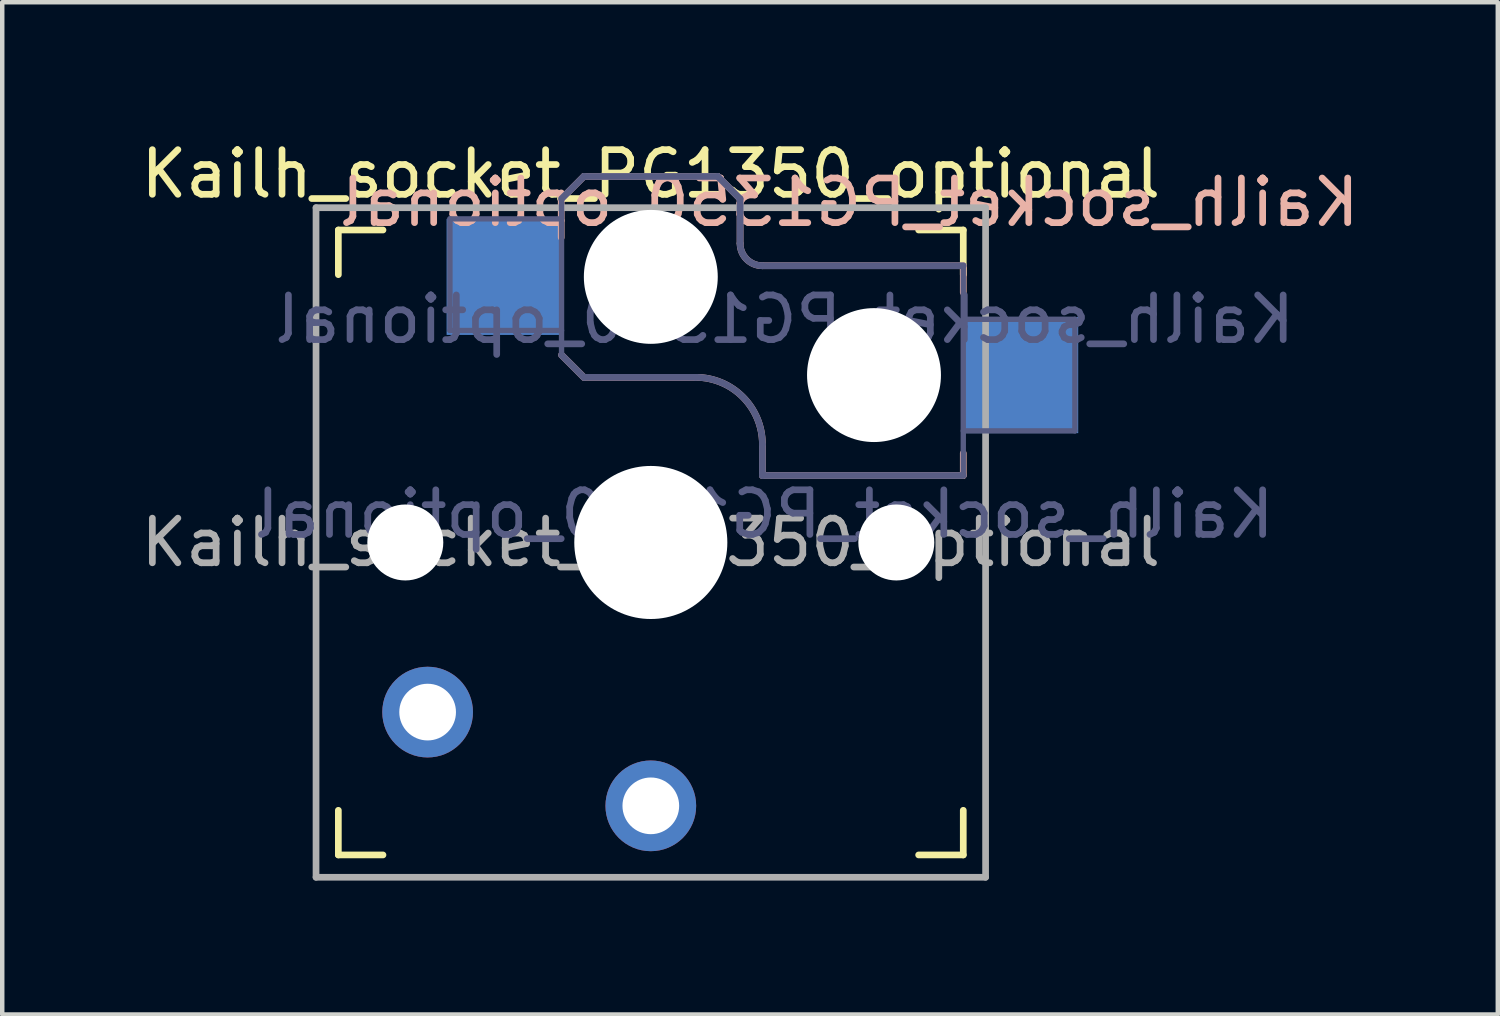
<source format=kicad_pcb>
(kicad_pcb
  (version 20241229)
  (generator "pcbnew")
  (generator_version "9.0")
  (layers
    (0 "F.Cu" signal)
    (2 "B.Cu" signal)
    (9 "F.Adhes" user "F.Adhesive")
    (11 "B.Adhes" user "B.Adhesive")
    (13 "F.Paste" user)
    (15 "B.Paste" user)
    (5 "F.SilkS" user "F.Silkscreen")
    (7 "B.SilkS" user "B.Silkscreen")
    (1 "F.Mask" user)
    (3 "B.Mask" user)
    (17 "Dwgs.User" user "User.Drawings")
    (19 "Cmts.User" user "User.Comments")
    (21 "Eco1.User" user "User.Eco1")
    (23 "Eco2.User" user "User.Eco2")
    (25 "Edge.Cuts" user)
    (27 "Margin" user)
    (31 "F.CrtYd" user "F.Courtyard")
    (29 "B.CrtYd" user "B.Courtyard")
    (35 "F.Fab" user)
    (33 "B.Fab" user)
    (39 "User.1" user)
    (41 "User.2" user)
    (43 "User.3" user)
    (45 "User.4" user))
  (footprint "Kailh_socket_PG1350_optional"
    (layer "F.Cu")
    (at 11.53 9.103)
    (property "Reference" "Kailh_socket_PG1350_optional" (at 0 -8.255 0) (layer "F.SilkS") (effects (font (size 1 1) (thickness 0.15))))
    (property "Value" "Kailh_socket_PG1350_optional" (at 0 8.25 0) (layer "F.Fab") (hide yes) (effects (font (size 1 1) (thickness 0.15))))
    (attr through_hole)
    (fp_line (start -7 -6) (end -7 -7) (stroke (width 0.15) (type solid)) (layer "F.SilkS"))
    (fp_line (start -7 7) (end -7 6) (stroke (width 0.15) (type solid)) (layer "F.SilkS"))
    (fp_line (start -7 7) (end -6 7) (stroke (width 0.15) (type solid)) (layer "F.SilkS"))
    (fp_line (start -6 -7) (end -7 -7) (stroke (width 0.15) (type solid)) (layer "F.SilkS"))
    (fp_line (start 6 7) (end 7 7) (stroke (width 0.15) (type solid)) (layer "F.SilkS"))
    (fp_line (start 7 -7) (end 6 -7) (stroke (width 0.15) (type solid)) (layer "F.SilkS"))
    (fp_line (start 7 -7) (end 7 -6) (stroke (width 0.15) (type solid)) (layer "F.SilkS"))
    (fp_line (start 7 6) (end 7 7) (stroke (width 0.15) (type solid)) (layer "F.SilkS"))
    (fp_line (start -2 -7.7) (end -1.5 -8.2) (stroke (width 0.15) (type solid)) (layer "B.SilkS"))
    (fp_line (start -2 -4.2) (end -1.5 -3.7) (stroke (width 0.15) (type solid)) (layer "B.SilkS"))
    (fp_line (start -1.5 -8.2) (end 1.5 -8.2) (stroke (width 0.15) (type solid)) (layer "B.SilkS"))
    (fp_line (start -1.5 -3.7) (end 1 -3.7) (stroke (width 0.15) (type solid)) (layer "B.SilkS"))
    (fp_line (start 1.5 -8.2) (end 2 -7.7) (stroke (width 0.15) (type solid)) (layer "B.SilkS"))
    (fp_line (start 2 -6.7) (end 2 -7.7) (stroke (width 0.15) (type solid)) (layer "B.SilkS"))
    (fp_line (start 2.5 -2.2) (end 2.5 -1.5) (stroke (width 0.15) (type solid)) (layer "B.SilkS"))
    (fp_line (start 2.5 -1.5) (end 7 -1.5) (stroke (width 0.15) (type solid)) (layer "B.SilkS"))
    (fp_line (start 7 -6.2) (end 2.5 -6.2) (stroke (width 0.15) (type solid)) (layer "B.SilkS"))
    (fp_line (start 7 -5.6) (end 7 -6.2) (stroke (width 0.15) (type solid)) (layer "B.SilkS"))
    (fp_line (start 7 -1.5) (end 7 -2) (stroke (width 0.15) (type solid)) (layer "B.SilkS"))
    (fp_arc (start 1 -3.7) (mid 2.06066 -3.26066) (end 2.5 -2.2) (stroke (width 0.15) (type solid)) (layer "B.SilkS"))
    (fp_arc (start 2.5 -6.2) (mid 2.146447 -6.346447) (end 2 -6.7) (stroke (width 0.15) (type solid)) (layer "B.SilkS"))
    (fp_line (start -6.9 6.9) (end -6.9 -6.9) (stroke (width 0.15) (type solid)) (layer "Eco2.User"))
    (fp_line (start -6.9 6.9) (end 6.9 6.9) (stroke (width 0.15) (type solid)) (layer "Eco2.User"))
    (fp_line (start -2.6 -3.1) (end -2.6 -6.3) (stroke (width 0.15) (type solid)) (layer "Eco2.User"))
    (fp_line (start -2.6 -3.1) (end 2.6 -3.1) (stroke (width 0.15) (type solid)) (layer "Eco2.User"))
    (fp_line (start 2.6 -6.3) (end -2.6 -6.3) (stroke (width 0.15) (type solid)) (layer "Eco2.User"))
    (fp_line (start 2.6 -3.1) (end 2.6 -6.3) (stroke (width 0.15) (type solid)) (layer "Eco2.User"))
    (fp_line (start 6.9 -6.9) (end -6.9 -6.9) (stroke (width 0.15) (type solid)) (layer "Eco2.User"))
    (fp_line (start 6.9 -6.9) (end 6.9 6.9) (stroke (width 0.15) (type solid)) (layer "Eco2.User"))
    (fp_line (start -4.5 -7.25) (end -2 -7.25) (stroke (width 0.12) (type solid)) (layer "B.Fab"))
    (fp_line (start -4.5 -4.75) (end -4.5 -7.25) (stroke (width 0.12) (type solid)) (layer "B.Fab"))
    (fp_line (start -2 -7.7) (end -1.5 -8.2) (stroke (width 0.15) (type solid)) (layer "B.Fab"))
    (fp_line (start -2 -4.75) (end -4.5 -4.75) (stroke (width 0.12) (type solid)) (layer "B.Fab"))
    (fp_line (start -2 -4.25) (end -2 -7.7) (stroke (width 0.12) (type solid)) (layer "B.Fab"))
    (fp_line (start -2 -4.2) (end -1.5 -3.7) (stroke (width 0.15) (type solid)) (layer "B.Fab"))
    (fp_line (start -1.5 -8.2) (end 1.5 -8.2) (stroke (width 0.15) (type solid)) (layer "B.Fab"))
    (fp_line (start -1.5 -3.7) (end 1 -3.7) (stroke (width 0.15) (type solid)) (layer "B.Fab"))
    (fp_line (start 1.5 -8.2) (end 2 -7.7) (stroke (width 0.15) (type solid)) (layer "B.Fab"))
    (fp_line (start 2 -6.7) (end 2 -7.7) (stroke (width 0.15) (type solid)) (layer "B.Fab"))
    (fp_line (start 2.5 -2.2) (end 2.5 -1.5) (stroke (width 0.15) (type solid)) (layer "B.Fab"))
    (fp_line (start 2.5 -1.5) (end 7 -1.5) (stroke (width 0.15) (type solid)) (layer "B.Fab"))
    (fp_line (start 7 -6.2) (end 2.5 -6.2) (stroke (width 0.15) (type solid)) (layer "B.Fab"))
    (fp_line (start 7 -5) (end 9.5 -5) (stroke (width 0.12) (type solid)) (layer "B.Fab"))
    (fp_line (start 7 -1.5) (end 7 -6.2) (stroke (width 0.12) (type solid)) (layer "B.Fab"))
    (fp_line (start 9.5 -5) (end 9.5 -2.5) (stroke (width 0.12) (type solid)) (layer "B.Fab"))
    (fp_line (start 9.5 -2.5) (end 7 -2.5) (stroke (width 0.12) (type solid)) (layer "B.Fab"))
    (fp_arc (start 1 -3.7) (mid 2.06066 -3.26066) (end 2.5 -2.2) (stroke (width 0.15) (type solid)) (layer "B.Fab"))
    (fp_arc (start 2.5 -6.2) (mid 2.146447 -6.346447) (end 2 -6.7) (stroke (width 0.15) (type solid)) (layer "B.Fab"))
    (fp_line (start -7.5 -7.5) (end 7.5 -7.5) (stroke (width 0.15) (type solid)) (layer "F.Fab"))
    (fp_line (start -7.5 7.5) (end -7.5 -7.5) (stroke (width 0.15) (type solid)) (layer "F.Fab"))
    (fp_line (start 7.5 -7.5) (end 7.5 7.5) (stroke (width 0.15) (type solid)) (layer "F.Fab"))
    (fp_line (start 7.5 7.5) (end -7.5 7.5) (stroke (width 0.15) (type solid)) (layer "F.Fab"))
    (fp_text user "${REFERENCE}" (at 4.445 -7.62 0) (layer "B.SilkS") (effects (font (size 1 1) (thickness 0.15)) (justify mirror)))
    (fp_text user "${REFERENCE}" (at 3 -5 180) (layer "B.Fab") (effects (font (size 1 1) (thickness 0.15)) (justify mirror)))
    (fp_text user "${VALUE}" (at 2.54 -0.635 0) (layer "B.Fab") (effects (font (size 1 1) (thickness 0.15)) (justify mirror)))
    (fp_text user "${REFERENCE}" (at 0 0 0) (layer "F.Fab") (effects (font (size 1 1) (thickness 0.15))))
    (pad "" np_thru_hole circle (at -5.5 0) (size 1.702 1.702) (drill 1.702) (layers "*.Cu" "*.Mask"))
    (pad "" np_thru_hole circle (at 0 -5.95) (size 3 3) (drill 3) (layers "*.Cu" "*.Mask"))
    (pad "" np_thru_hole circle (at 0 0) (size 3.429 3.429) (drill 3.429) (layers "*.Cu" "*.Mask"))
    (pad "" np_thru_hole circle (at 5 -3.75) (size 3 3) (drill 3) (layers "*.Cu" "*.Mask"))
    (pad "" np_thru_hole circle (at 5.5 0) (size 1.702 1.702) (drill 1.702) (layers "*.Cu" "*.Mask"))
    (pad "1" smd rect (at -3.275 -5.95) (size 2.6 2.6) (layers "B.Cu" "B.Mask" "B.Paste"))
    (pad "1" thru_hole circle (at 0 5.9) (size 2.032 2.032) (drill 1.27) (layers "*.Cu" "*.Mask"))
    (pad "2" thru_hole circle (at -5 3.8) (size 2.032 2.032) (drill 1.27) (layers "*.Cu" "*.Mask"))
    (pad "2" smd rect (at 8.275 -3.75) (size 2.6 2.6) (layers "B.Cu" "B.Mask" "B.Paste")))
  (gr_rect
    (start -3 -3)
    (end 30.505 19.678)
    (stroke (width 0.1) (type default))
    (fill no)
    (layer "Edge.Cuts")))
</source>
